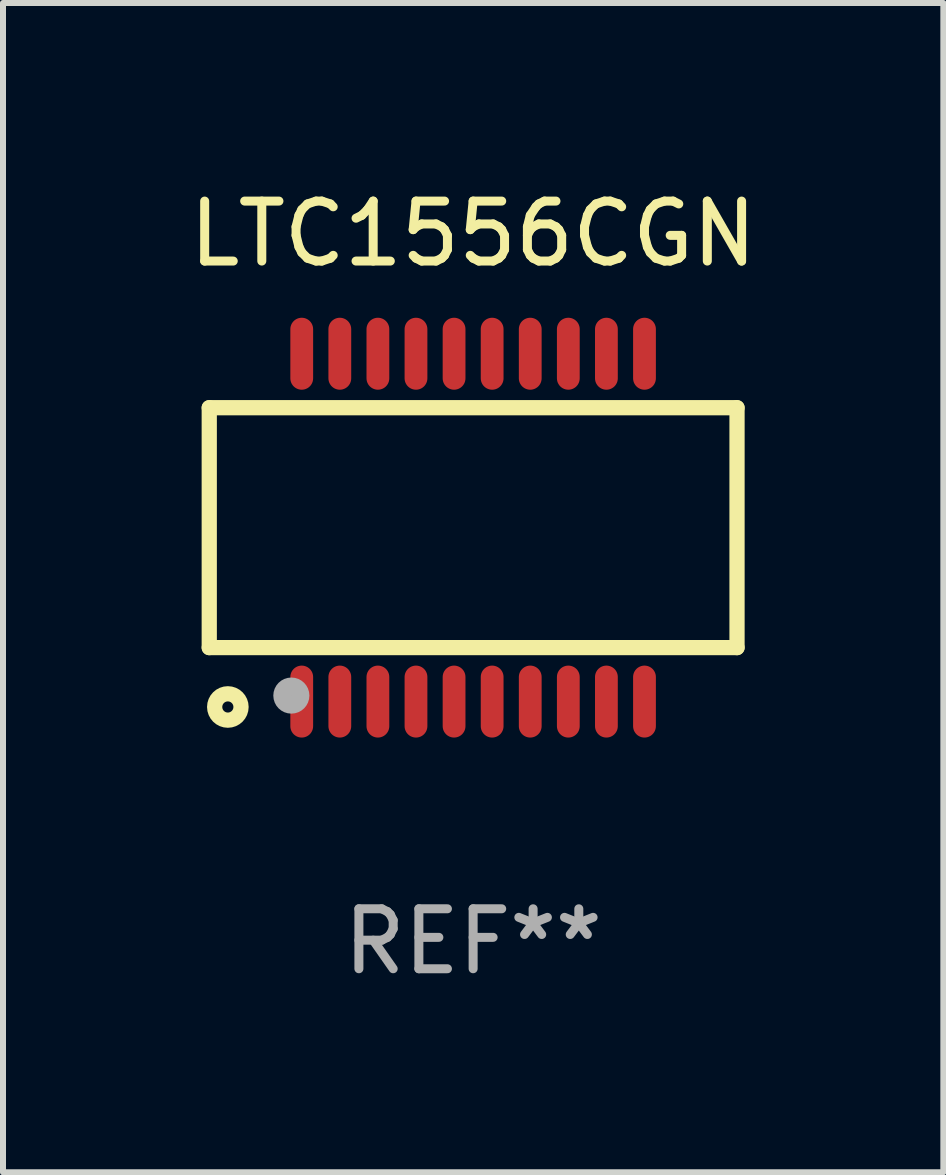
<source format=kicad_pcb>
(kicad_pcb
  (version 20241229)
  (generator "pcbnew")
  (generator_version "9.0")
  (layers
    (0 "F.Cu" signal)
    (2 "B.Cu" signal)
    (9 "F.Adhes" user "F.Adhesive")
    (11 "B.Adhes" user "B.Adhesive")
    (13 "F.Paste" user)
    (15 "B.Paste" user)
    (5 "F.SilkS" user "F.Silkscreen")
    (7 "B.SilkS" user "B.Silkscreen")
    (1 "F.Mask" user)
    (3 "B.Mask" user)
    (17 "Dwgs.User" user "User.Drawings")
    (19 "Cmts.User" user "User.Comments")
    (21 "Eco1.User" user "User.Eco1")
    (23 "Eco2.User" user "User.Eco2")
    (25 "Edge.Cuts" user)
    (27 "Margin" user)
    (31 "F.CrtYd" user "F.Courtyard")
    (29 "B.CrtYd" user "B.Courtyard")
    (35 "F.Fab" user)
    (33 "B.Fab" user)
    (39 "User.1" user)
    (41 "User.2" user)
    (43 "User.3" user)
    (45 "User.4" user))
  (footprint "LTC1556CGN"
    (layer "F.Cu")
    (at 4.839 5.748)
    (property "Reference" "LTC1556CGN" (at 0 -4.9 0) (layer "F.SilkS") (effects (font (size 1 1) (thickness 0.15))))
    (attr through_hole)
    (fp_line (start -4.4 -2) (end -4.4 2) (stroke (width 0.254) (type solid)) (layer "F.SilkS"))
    (fp_line (start -4.4 -2) (end 4.4 -2) (stroke (width 0.254) (type solid)) (layer "F.SilkS"))
    (fp_line (start -4.4 2) (end 4.4 2) (stroke (width 0.254) (type solid)) (layer "F.SilkS"))
    (fp_line (start 4.4 -2) (end 4.4 2) (stroke (width 0.254) (type solid)) (layer "F.SilkS"))
    (fp_circle (center -4.351 3) (end -4.321 3) (stroke (width 0.06) (type solid)) (fill no) (layer "F.SilkS"))
    (fp_circle (center -4.09 2.99) (end -3.87 2.99) (stroke (width 0.254) (type solid)) (fill no) (layer "F.SilkS"))
    (fp_circle (center -3.031 2.8) (end -2.88 2.8) (stroke (width 0.3) (type solid)) (fill no) (layer "F.Fab"))
    (fp_text user "REF**" (at 0 6.9 0) (layer "F.Fab") (effects (font (size 1 1) (thickness 0.15))))
    (pad "1" smd oval (at -2.858 2.9 180) (size 0.38 1.2) (layers "F.Cu" "F.Mask" "F.Paste"))
    (pad "2" smd oval (at -2.223 2.9 180) (size 0.38 1.2) (layers "F.Cu" "F.Mask" "F.Paste"))
    (pad "3" smd oval (at -1.588 2.9 180) (size 0.38 1.2) (layers "F.Cu" "F.Mask" "F.Paste"))
    (pad "4" smd oval (at -0.953 2.9 180) (size 0.38 1.2) (layers "F.Cu" "F.Mask" "F.Paste"))
    (pad "5" smd oval (at -0.318 2.9 180) (size 0.38 1.2) (layers "F.Cu" "F.Mask" "F.Paste"))
    (pad "6" smd oval (at 0.317 2.9 180) (size 0.38 1.2) (layers "F.Cu" "F.Mask" "F.Paste"))
    (pad "7" smd oval (at 0.952 2.9 180) (size 0.38 1.2) (layers "F.Cu" "F.Mask" "F.Paste"))
    (pad "8" smd oval (at 1.587 2.9 180) (size 0.38 1.2) (layers "F.Cu" "F.Mask" "F.Paste"))
    (pad "9" smd oval (at 2.222 2.9 180) (size 0.38 1.2) (layers "F.Cu" "F.Mask" "F.Paste"))
    (pad "10" smd oval (at 2.857 2.9 180) (size 0.38 1.2) (layers "F.Cu" "F.Mask" "F.Paste"))
    (pad "11" smd oval (at 2.857 -2.9) (size 0.38 1.2) (layers "F.Cu" "F.Mask" "F.Paste"))
    (pad "12" smd oval (at 2.222 -2.9) (size 0.38 1.2) (layers "F.Cu" "F.Mask" "F.Paste"))
    (pad "13" smd oval (at 1.587 -2.9) (size 0.38 1.2) (layers "F.Cu" "F.Mask" "F.Paste"))
    (pad "14" smd oval (at 0.952 -2.9) (size 0.38 1.2) (layers "F.Cu" "F.Mask" "F.Paste"))
    (pad "15" smd oval (at 0.317 -2.9) (size 0.38 1.2) (layers "F.Cu" "F.Mask" "F.Paste"))
    (pad "16" smd oval (at -0.318 -2.9) (size 0.38 1.2) (layers "F.Cu" "F.Mask" "F.Paste"))
    (pad "17" smd oval (at -0.953 -2.9) (size 0.38 1.2) (layers "F.Cu" "F.Mask" "F.Paste"))
    (pad "18" smd oval (at -1.588 -2.9) (size 0.38 1.2) (layers "F.Cu" "F.Mask" "F.Paste"))
    (pad "19" smd oval (at -2.223 -2.9) (size 0.38 1.2) (layers "F.Cu" "F.Mask" "F.Paste"))
    (pad "20" smd oval (at -2.858 -2.9) (size 0.38 1.2) (layers "F.Cu" "F.Mask" "F.Paste")))
  (gr_rect
    (start -3 -3)
    (end 12.679 16.496)
    (stroke (width 0.1) (type default))
    (fill no)
    (layer "Edge.Cuts")))
</source>
